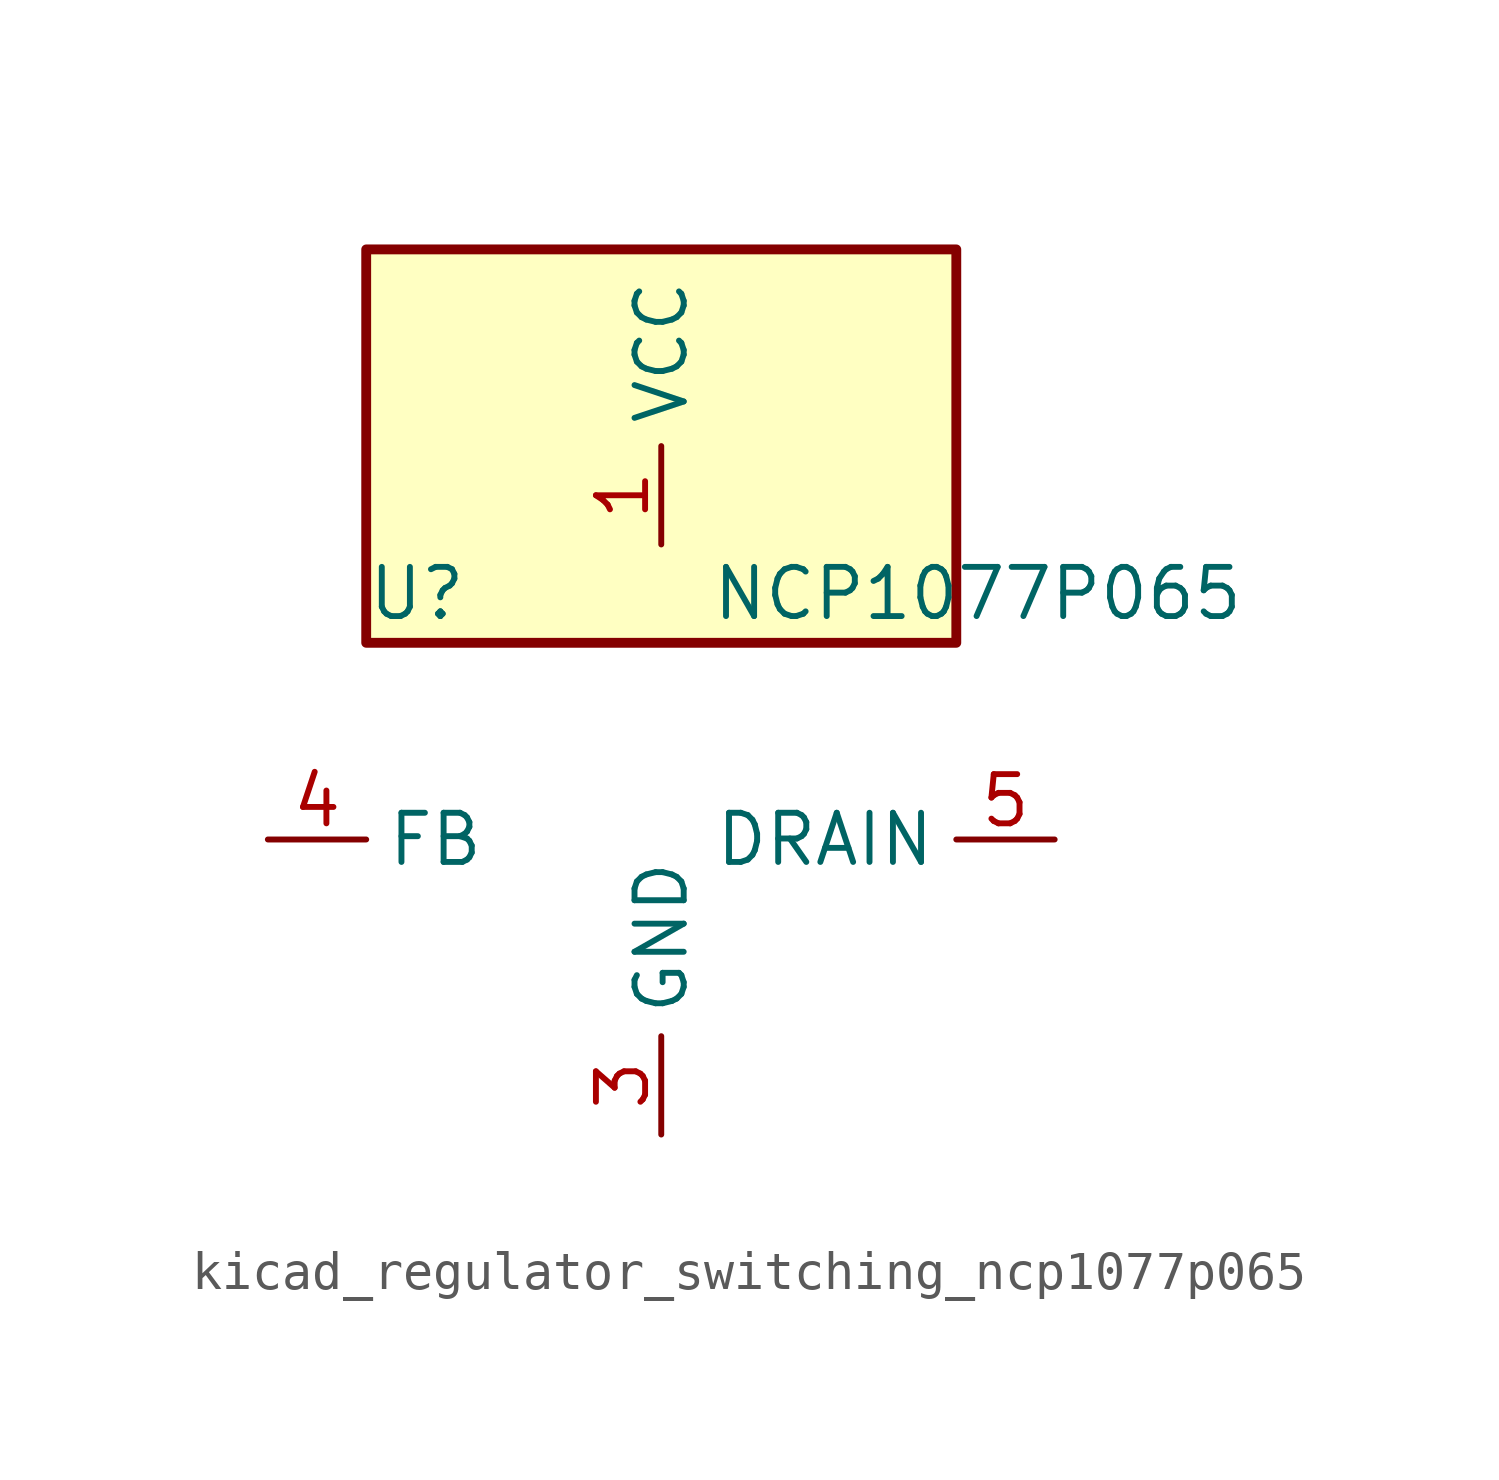
<source format=kicad_sym>
(kicad_symbol_lib
  (version 20220914)
  (generator kicad_symbol_editor)
  (symbol "kicad_regulator_switching_ncp1077p065"
    (property "Reference" "U"
      (at -7.62 6.35 0)
      (effects (font (size 1.27 1.27)) (justify left)))
    (property "Value" "NCP1077P065"
      (at 1.27 6.35 0)
      (effects (font (size 1.27 1.27)) (justify left)))
    (symbol "kicad_regulator_switching_ncp1077p065_0_1"
      (rectangle (start 7.62 15.24) (end -7.62 5.08) (stroke (width 0.254) (type default)) (fill (type background))))
    (symbol "kicad_regulator_switching_ncp1077p065_1_1"
      (pin power_in line (at 0 7.62 90) (length 2.54) (name "VCC" (effects (font (size 1.27 1.27)))) (number "1" (effects (font (size 1.27 1.27)))))
      (pin no_connect line (at -7.62 2.54 0) (length 2.54) hide (name "NC" (effects (font (size 1.27 1.27)))) (number "2" (effects (font (size 1.27 1.27)))))
      (pin power_in line (at 0 -7.62 90) (length 2.54) (name "GND" (effects (font (size 1.27 1.27)))) (number "3" (effects (font (size 1.27 1.27)))))
      (pin input line (at -10.16 0 0) (length 2.54) (name "FB" (effects (font (size 1.27 1.27)))) (number "4" (effects (font (size 1.27 1.27)))))
      (pin open_collector line (at 10.16 0 180) (length 2.54) (name "DRAIN" (effects (font (size 1.27 1.27)))) (number "5" (effects (font (size 1.27 1.27)))))
      (pin passive line (at 0 -7.62 90) (length 2.54) hide (name "GND" (effects (font (size 1.27 1.27)))) (number "7" (effects (font (size 1.27 1.27)))))
      (pin passive line (at 0 -7.62 90) (length 2.54) hide (name "GND" (effects (font (size 1.27 1.27)))) (number "8" (effects (font (size 1.27 1.27))))))))
</source>
